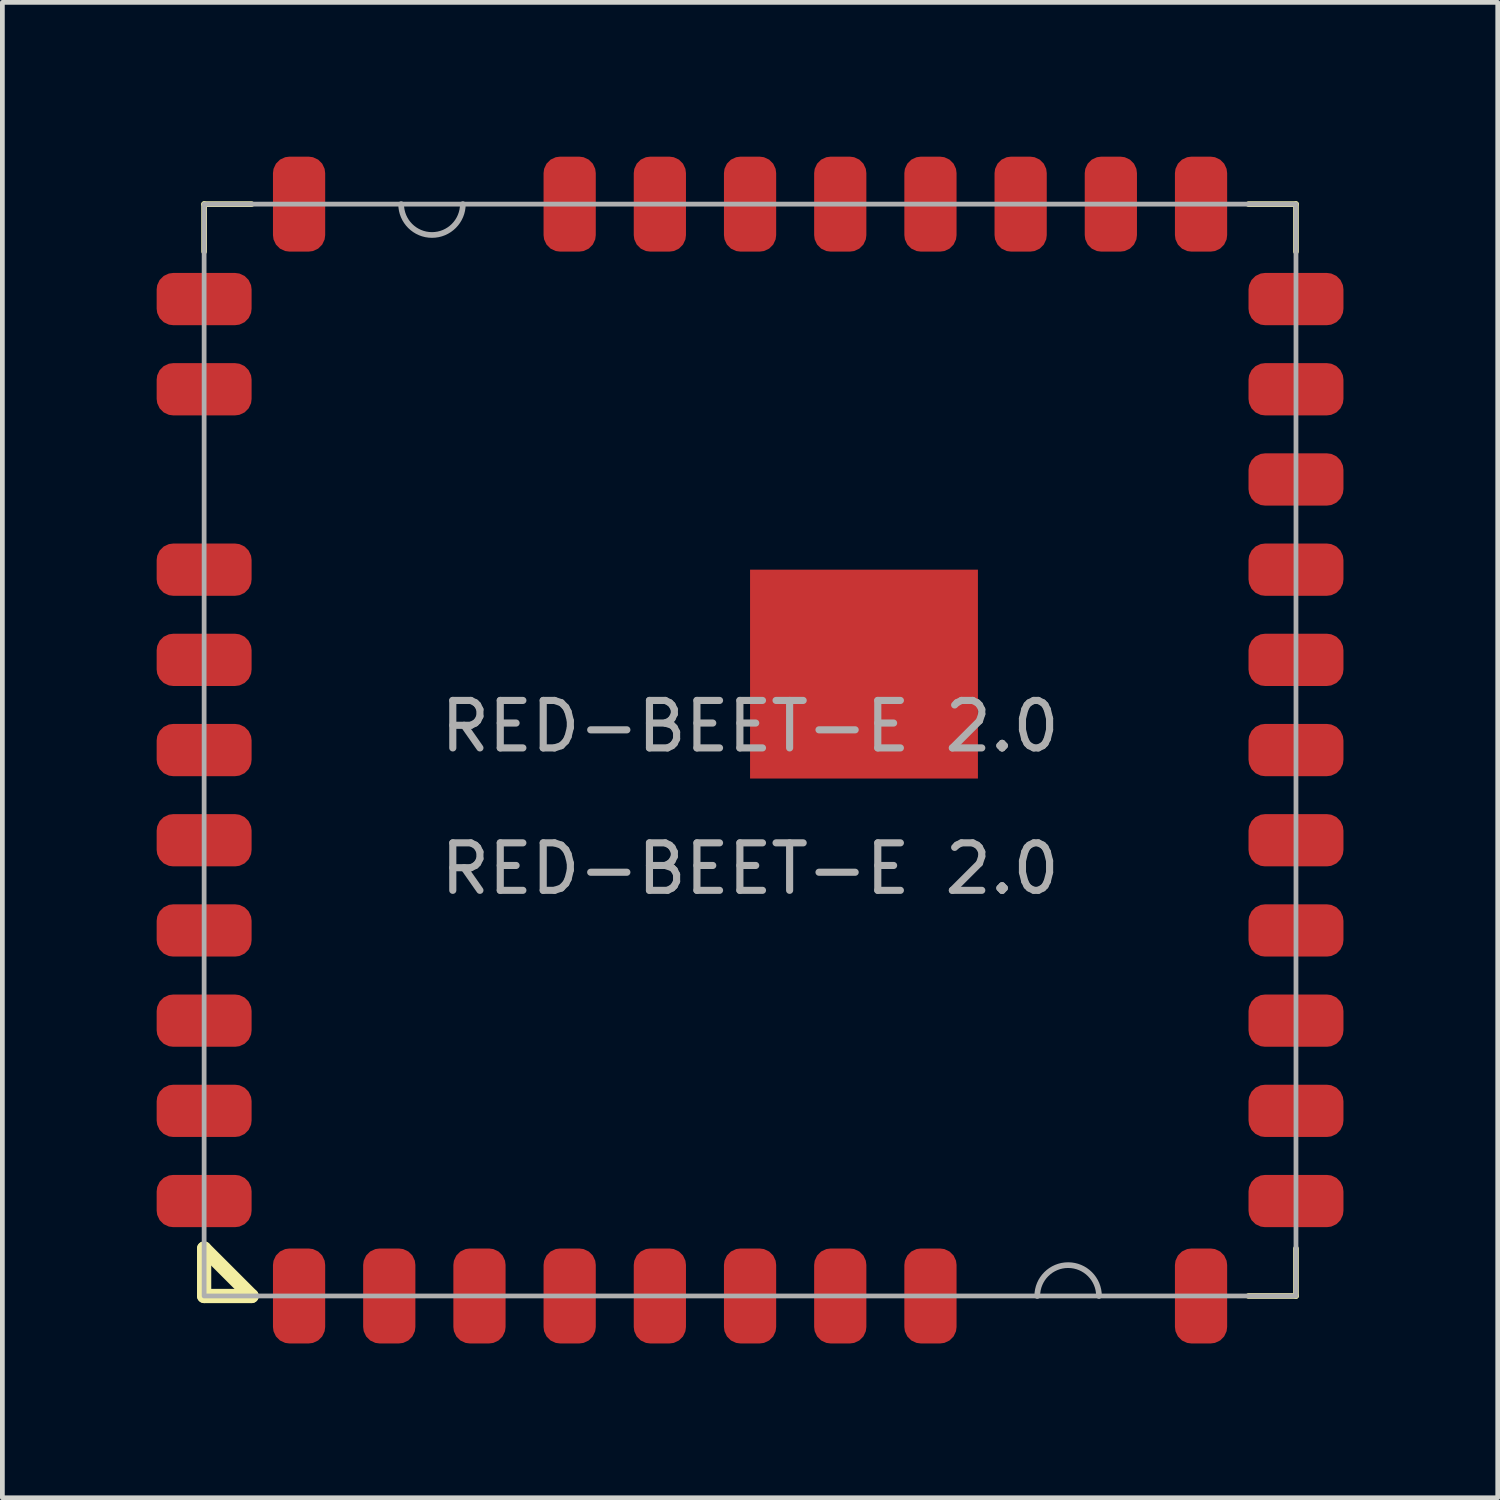
<source format=kicad_pcb>
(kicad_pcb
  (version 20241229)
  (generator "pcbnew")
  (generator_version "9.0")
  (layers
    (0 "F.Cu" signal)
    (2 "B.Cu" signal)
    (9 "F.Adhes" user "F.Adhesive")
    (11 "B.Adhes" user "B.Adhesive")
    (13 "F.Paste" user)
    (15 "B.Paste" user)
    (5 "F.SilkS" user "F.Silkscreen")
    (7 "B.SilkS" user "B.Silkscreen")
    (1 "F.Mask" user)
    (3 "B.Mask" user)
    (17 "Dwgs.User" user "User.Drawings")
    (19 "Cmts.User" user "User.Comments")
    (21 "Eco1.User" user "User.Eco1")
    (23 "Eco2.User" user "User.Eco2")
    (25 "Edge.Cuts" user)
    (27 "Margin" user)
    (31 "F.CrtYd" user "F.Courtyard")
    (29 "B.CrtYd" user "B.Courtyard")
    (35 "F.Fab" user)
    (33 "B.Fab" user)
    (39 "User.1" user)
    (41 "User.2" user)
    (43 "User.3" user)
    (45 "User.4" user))
  (footprint "RED-BEET-E 2.0"
    (layer "F.Cu")
    (at 12.75 12.75)
    (property "Reference" "RED-BEET-E 2.0" (at 0 -0.5 0) (unlocked yes) (layer "F.Fab") (effects (font (size 1 1) (thickness 0.15))))
    (attr smd)
    (fp_line (start -11.5 -11.5) (end -11.5 -10.5) (stroke (width 0.12) (type default)) (layer "F.SilkS"))
    (fp_line (start -11.5 -11.5) (end -10.5 -11.5) (stroke (width 0.12) (type default)) (layer "F.SilkS"))
    (fp_line (start -11.5 10.5) (end -10.5 11.5) (stroke (width 0.3) (type solid)) (layer "F.SilkS"))
    (fp_line (start -11.5 11.5) (end -11.5 10.5) (stroke (width 0.3) (type solid)) (layer "F.SilkS"))
    (fp_line (start -11.5 11.5) (end -10.5 11.5) (stroke (width 0.3) (type solid)) (layer "F.SilkS"))
    (fp_line (start 11.5 -11.5) (end 10.5 -11.5) (stroke (width 0.12) (type default)) (layer "F.SilkS"))
    (fp_line (start 11.5 -11.5) (end 11.5 -10.5) (stroke (width 0.12) (type default)) (layer "F.SilkS"))
    (fp_line (start 11.5 11.5) (end 10.5 11.5) (stroke (width 0.12) (type default)) (layer "F.SilkS"))
    (fp_line (start 11.5 11.5) (end 11.5 10.5) (stroke (width 0.12) (type default)) (layer "F.SilkS"))
    (fp_poly (pts (xy 0.25 -3.35) (xy 0.5 -3.65) (xy 2.25 -3.65) (xy 2.25 -1.75) (xy 0.25 -1.75)) (stroke (width 0.12) (type solid)) (fill yes) (layer "F.Paste"))
    (fp_poly (pts (xy 0.55 0.45) (xy 0.25 0.2) (xy 0.25 -1.45) (xy 2.25 -1.45) (xy 2.25 0.45)) (stroke (width 0.12) (type solid)) (fill yes) (layer "F.Paste"))
    (fp_poly (pts (xy 4.25 -3.65) (xy 4.55 -3.4) (xy 4.55 -1.75) (xy 2.55 -1.75) (xy 2.55 -3.65)) (stroke (width 0.12) (type solid)) (fill yes) (layer "F.Paste"))
    (fp_poly (pts (xy 4.55 0.15) (xy 4.3 0.45) (xy 2.55 0.45) (xy 2.55 -1.45) (xy 4.55 -1.45)) (stroke (width 0.12) (type solid)) (fill yes) (layer "F.Paste"))
    (fp_poly (pts (xy -12.7 -10.25) (xy -11.2 -10.25) (xy -11.05 -10.15) (xy -10.95 -10.15) (xy -10.55 -10.15) (xy -10.3 -9.9) (xy -10.3 -9.1) (xy -10.55 -8.85) (xy -10.95 -8.85) (xy -11.05 -8.85) (xy -11.2 -8.75) (xy -12.7 -8.75)) (stroke (width 0.1) (type solid)) (fill yes) (layer "F.Paste"))
    (fp_poly (pts (xy -12.7 -8.35) (xy -11.2 -8.35) (xy -11.05 -8.25) (xy -10.95 -8.25) (xy -10.55 -8.25) (xy -10.3 -8) (xy -10.3 -7.2) (xy -10.55 -6.95) (xy -10.95 -6.95) (xy -11.05 -6.95) (xy -11.2 -6.85) (xy -12.7 -6.85)) (stroke (width 0.1) (type solid)) (fill yes) (layer "F.Paste"))
    (fp_poly (pts (xy -12.7 -4.55) (xy -11.2 -4.55) (xy -11.05 -4.45) (xy -10.95 -4.45) (xy -10.55 -4.45) (xy -10.3 -4.2) (xy -10.3 -3.4) (xy -10.55 -3.15) (xy -10.95 -3.15) (xy -11.05 -3.15) (xy -11.2 -3.05) (xy -12.7 -3.05)) (stroke (width 0.1) (type solid)) (fill yes) (layer "F.Paste"))
    (fp_poly (pts (xy -12.7 -2.65) (xy -11.2 -2.65) (xy -11.05 -2.55) (xy -10.95 -2.55) (xy -10.55 -2.55) (xy -10.3 -2.3) (xy -10.3 -1.5) (xy -10.55 -1.25) (xy -10.95 -1.25) (xy -11.05 -1.25) (xy -11.2 -1.15) (xy -12.7 -1.15)) (stroke (width 0.1) (type solid)) (fill yes) (layer "F.Paste"))
    (fp_poly (pts (xy -12.7 -0.75) (xy -11.2 -0.75) (xy -11.05 -0.65) (xy -10.95 -0.65) (xy -10.55 -0.65) (xy -10.3 -0.4) (xy -10.3 0.4) (xy -10.55 0.65) (xy -10.95 0.65) (xy -11.05 0.65) (xy -11.2 0.75) (xy -12.7 0.75)) (stroke (width 0.1) (type solid)) (fill yes) (layer "F.Paste"))
    (fp_poly (pts (xy -12.7 1.15) (xy -11.2 1.15) (xy -11.05 1.25) (xy -10.95 1.25) (xy -10.55 1.25) (xy -10.3 1.5) (xy -10.3 2.3) (xy -10.55 2.55) (xy -10.95 2.55) (xy -11.05 2.55) (xy -11.2 2.65) (xy -12.7 2.65)) (stroke (width 0.1) (type solid)) (fill yes) (layer "F.Paste"))
    (fp_poly (pts (xy -12.7 3.05) (xy -11.2 3.05) (xy -11.05 3.15) (xy -10.95 3.15) (xy -10.55 3.15) (xy -10.3 3.4) (xy -10.3 4.2) (xy -10.55 4.45) (xy -10.95 4.45) (xy -11.05 4.45) (xy -11.2 4.55) (xy -12.7 4.55)) (stroke (width 0.1) (type solid)) (fill yes) (layer "F.Paste"))
    (fp_poly (pts (xy -12.7 4.95) (xy -11.2 4.95) (xy -11.05 5.05) (xy -10.95 5.05) (xy -10.55 5.05) (xy -10.3 5.3) (xy -10.3 6.1) (xy -10.55 6.35) (xy -10.95 6.35) (xy -11.05 6.35) (xy -11.2 6.45) (xy -12.7 6.45)) (stroke (width 0.1) (type solid)) (fill yes) (layer "F.Paste"))
    (fp_poly (pts (xy -12.7 6.85) (xy -11.2 6.85) (xy -11.05 6.95) (xy -10.95 6.95) (xy -10.55 6.95) (xy -10.3 7.2) (xy -10.3 8) (xy -10.55 8.25) (xy -10.95 8.25) (xy -11.05 8.25) (xy -11.2 8.35) (xy -12.7 8.35)) (stroke (width 0.1) (type solid)) (fill yes) (layer "F.Paste"))
    (fp_poly (pts (xy -12.7 8.75) (xy -11.2 8.75) (xy -11.05 8.85) (xy -10.95 8.85) (xy -10.55 8.85) (xy -10.3 9.1) (xy -10.3 9.9) (xy -10.55 10.15) (xy -10.95 10.15) (xy -11.05 10.15) (xy -11.2 10.25) (xy -12.7 10.25)) (stroke (width 0.1) (type solid)) (fill yes) (layer "F.Paste"))
    (fp_poly (pts (xy -10.25 12.7) (xy -10.25 11.2) (xy -10.15 11.05) (xy -10.15 10.95) (xy -10.15 10.55) (xy -9.9 10.3) (xy -9.1 10.3) (xy -8.85 10.55) (xy -8.85 10.95) (xy -8.85 11.05) (xy -8.75 11.2) (xy -8.75 12.7)) (stroke (width 0.1) (type solid)) (fill yes) (layer "F.Paste"))
    (fp_poly (pts (xy -8.75 -12.7) (xy -8.75 -11.2) (xy -8.85 -11.05) (xy -8.85 -10.95) (xy -8.85 -10.55) (xy -9.1 -10.3) (xy -9.9 -10.3) (xy -10.15 -10.55) (xy -10.15 -10.95) (xy -10.15 -11.05) (xy -10.25 -11.2) (xy -10.25 -12.7)) (stroke (width 0.1) (type solid)) (fill yes) (layer "F.Paste"))
    (fp_poly (pts (xy -8.35 12.7) (xy -8.35 11.2) (xy -8.25 11.05) (xy -8.25 10.95) (xy -8.25 10.55) (xy -8 10.3) (xy -7.2 10.3) (xy -6.95 10.55) (xy -6.95 10.95) (xy -6.95 11.05) (xy -6.85 11.2) (xy -6.85 12.7)) (stroke (width 0.1) (type solid)) (fill yes) (layer "F.Paste"))
    (fp_poly (pts (xy -6.45 12.7) (xy -6.45 11.2) (xy -6.35 11.05) (xy -6.35 10.95) (xy -6.35 10.55) (xy -6.1 10.3) (xy -5.3 10.3) (xy -5.05 10.55) (xy -5.05 10.95) (xy -5.05 11.05) (xy -4.95 11.2) (xy -4.95 12.7)) (stroke (width 0.1) (type solid)) (fill yes) (layer "F.Paste"))
    (fp_poly (pts (xy -4.55 12.7) (xy -4.55 11.2) (xy -4.45 11.05) (xy -4.45 10.95) (xy -4.45 10.55) (xy -4.2 10.3) (xy -3.4 10.3) (xy -3.15 10.55) (xy -3.15 10.95) (xy -3.15 11.05) (xy -3.05 11.2) (xy -3.05 12.7)) (stroke (width 0.1) (type solid)) (fill yes) (layer "F.Paste"))
    (fp_poly (pts (xy -3.05 -12.7) (xy -3.05 -11.2) (xy -3.15 -11.05) (xy -3.15 -10.95) (xy -3.15 -10.55) (xy -3.4 -10.3) (xy -4.2 -10.3) (xy -4.45 -10.55) (xy -4.45 -10.95) (xy -4.45 -11.05) (xy -4.55 -11.2) (xy -4.55 -12.7)) (stroke (width 0.1) (type solid)) (fill yes) (layer "F.Paste"))
    (fp_poly (pts (xy -2.65 12.7) (xy -2.65 11.2) (xy -2.55 11.05) (xy -2.55 10.95) (xy -2.55 10.55) (xy -2.3 10.3) (xy -1.5 10.3) (xy -1.25 10.55) (xy -1.25 10.95) (xy -1.25 11.05) (xy -1.15 11.2) (xy -1.15 12.7)) (stroke (width 0.1) (type solid)) (fill yes) (layer "F.Paste"))
    (fp_poly (pts (xy -1.15 -12.7) (xy -1.15 -11.2) (xy -1.25 -11.05) (xy -1.25 -10.95) (xy -1.25 -10.55) (xy -1.5 -10.3) (xy -2.3 -10.3) (xy -2.55 -10.55) (xy -2.55 -10.95) (xy -2.55 -11.05) (xy -2.65 -11.2) (xy -2.65 -12.7)) (stroke (width 0.1) (type solid)) (fill yes) (layer "F.Paste"))
    (fp_poly (pts (xy -0.75 12.7) (xy -0.75 11.2) (xy -0.65 11.05) (xy -0.65 10.95) (xy -0.65 10.55) (xy -0.4 10.3) (xy 0.4 10.3) (xy 0.65 10.55) (xy 0.65 10.95) (xy 0.65 11.05) (xy 0.75 11.2) (xy 0.75 12.7)) (stroke (width 0.1) (type solid)) (fill yes) (layer "F.Paste"))
    (fp_poly (pts (xy 0.75 -12.7) (xy 0.75 -11.2) (xy 0.65 -11.05) (xy 0.65 -10.95) (xy 0.65 -10.55) (xy 0.4 -10.3) (xy -0.4 -10.3) (xy -0.65 -10.55) (xy -0.65 -10.95) (xy -0.65 -11.05) (xy -0.75 -11.2) (xy -0.75 -12.7)) (stroke (width 0.1) (type solid)) (fill yes) (layer "F.Paste"))
    (fp_poly (pts (xy 1.15 12.7) (xy 1.15 11.2) (xy 1.25 11.05) (xy 1.25 10.95) (xy 1.25 10.55) (xy 1.5 10.3) (xy 2.3 10.3) (xy 2.55 10.55) (xy 2.55 10.95) (xy 2.55 11.05) (xy 2.65 11.2) (xy 2.65 12.7)) (stroke (width 0.1) (type solid)) (fill yes) (layer "F.Paste"))
    (fp_poly (pts (xy 2.65 -12.7) (xy 2.65 -11.2) (xy 2.55 -11.05) (xy 2.55 -10.95) (xy 2.55 -10.55) (xy 2.3 -10.3) (xy 1.5 -10.3) (xy 1.25 -10.55) (xy 1.25 -10.95) (xy 1.25 -11.05) (xy 1.15 -11.2) (xy 1.15 -12.7)) (stroke (width 0.1) (type solid)) (fill yes) (layer "F.Paste"))
    (fp_poly (pts (xy 3.05 12.7) (xy 3.05 11.2) (xy 3.15 11.05) (xy 3.15 10.95) (xy 3.15 10.55) (xy 3.4 10.3) (xy 4.2 10.3) (xy 4.45 10.55) (xy 4.45 10.95) (xy 4.45 11.05) (xy 4.55 11.2) (xy 4.55 12.7)) (stroke (width 0.1) (type solid)) (fill yes) (layer "F.Paste"))
    (fp_poly (pts (xy 4.55 -12.7) (xy 4.55 -11.2) (xy 4.45 -11.05) (xy 4.45 -10.95) (xy 4.45 -10.55) (xy 4.2 -10.3) (xy 3.4 -10.3) (xy 3.15 -10.55) (xy 3.15 -10.95) (xy 3.15 -11.05) (xy 3.05 -11.2) (xy 3.05 -12.7)) (stroke (width 0.1) (type solid)) (fill yes) (layer "F.Paste"))
    (fp_poly (pts (xy 6.45 -12.7) (xy 6.45 -11.2) (xy 6.35 -11.05) (xy 6.35 -10.95) (xy 6.35 -10.55) (xy 6.1 -10.3) (xy 5.3 -10.3) (xy 5.05 -10.55) (xy 5.05 -10.95) (xy 5.05 -11.05) (xy 4.95 -11.2) (xy 4.95 -12.7)) (stroke (width 0.1) (type solid)) (fill yes) (layer "F.Paste"))
    (fp_poly (pts (xy 8.35 -12.7) (xy 8.35 -11.2) (xy 8.25 -11.05) (xy 8.25 -10.95) (xy 8.25 -10.55) (xy 8 -10.3) (xy 7.2 -10.3) (xy 6.95 -10.55) (xy 6.95 -10.95) (xy 6.95 -11.05) (xy 6.85 -11.2) (xy 6.85 -12.7)) (stroke (width 0.1) (type solid)) (fill yes) (layer "F.Paste"))
    (fp_poly (pts (xy 8.75 12.7) (xy 8.75 11.2) (xy 8.85 11.05) (xy 8.85 10.95) (xy 8.85 10.55) (xy 9.1 10.3) (xy 9.9 10.3) (xy 10.15 10.55) (xy 10.15 10.95) (xy 10.15 11.05) (xy 10.25 11.2) (xy 10.25 12.7)) (stroke (width 0.1) (type solid)) (fill yes) (layer "F.Paste"))
    (fp_poly (pts (xy 10.25 -12.7) (xy 10.25 -11.2) (xy 10.15 -11.05) (xy 10.15 -10.95) (xy 10.15 -10.55) (xy 9.9 -10.3) (xy 9.1 -10.3) (xy 8.85 -10.55) (xy 8.85 -10.95) (xy 8.85 -11.05) (xy 8.75 -11.2) (xy 8.75 -12.7)) (stroke (width 0.1) (type solid)) (fill yes) (layer "F.Paste"))
    (fp_poly (pts (xy 12.7 -8.75) (xy 11.2 -8.75) (xy 11.05 -8.85) (xy 10.95 -8.85) (xy 10.55 -8.85) (xy 10.3 -9.1) (xy 10.3 -9.9) (xy 10.55 -10.15) (xy 10.95 -10.15) (xy 11.05 -10.15) (xy 11.2 -10.25) (xy 12.7 -10.25)) (stroke (width 0.1) (type solid)) (fill yes) (layer "F.Paste"))
    (fp_poly (pts (xy 12.7 -6.85) (xy 11.2 -6.85) (xy 11.05 -6.95) (xy 10.95 -6.95) (xy 10.55 -6.95) (xy 10.3 -7.2) (xy 10.3 -8) (xy 10.55 -8.25) (xy 10.95 -8.25) (xy 11.05 -8.25) (xy 11.2 -8.35) (xy 12.7 -8.35)) (stroke (width 0.1) (type solid)) (fill yes) (layer "F.Paste"))
    (fp_poly (pts (xy 12.7 -4.95) (xy 11.2 -4.95) (xy 11.05 -5.05) (xy 10.95 -5.05) (xy 10.55 -5.05) (xy 10.3 -5.3) (xy 10.3 -6.1) (xy 10.55 -6.35) (xy 10.95 -6.35) (xy 11.05 -6.35) (xy 11.2 -6.45) (xy 12.7 -6.45)) (stroke (width 0.1) (type solid)) (fill yes) (layer "F.Paste"))
    (fp_poly (pts (xy 12.7 -3.05) (xy 11.2 -3.05) (xy 11.05 -3.15) (xy 10.95 -3.15) (xy 10.55 -3.15) (xy 10.3 -3.4) (xy 10.3 -4.2) (xy 10.55 -4.45) (xy 10.95 -4.45) (xy 11.05 -4.45) (xy 11.2 -4.55) (xy 12.7 -4.55)) (stroke (width 0.1) (type solid)) (fill yes) (layer "F.Paste"))
    (fp_poly (pts (xy 12.7 -1.15) (xy 11.2 -1.15) (xy 11.05 -1.25) (xy 10.95 -1.25) (xy 10.55 -1.25) (xy 10.3 -1.5) (xy 10.3 -2.3) (xy 10.55 -2.55) (xy 10.95 -2.55) (xy 11.05 -2.55) (xy 11.2 -2.65) (xy 12.7 -2.65)) (stroke (width 0.1) (type solid)) (fill yes) (layer "F.Paste"))
    (fp_poly (pts (xy 12.7 0.75) (xy 11.2 0.75) (xy 11.05 0.65) (xy 10.95 0.65) (xy 10.55 0.65) (xy 10.3 0.4) (xy 10.3 -0.4) (xy 10.55 -0.65) (xy 10.95 -0.65) (xy 11.05 -0.65) (xy 11.2 -0.75) (xy 12.7 -0.75)) (stroke (width 0.1) (type solid)) (fill yes) (layer "F.Paste"))
    (fp_poly (pts (xy 12.7 2.65) (xy 11.2 2.65) (xy 11.05 2.55) (xy 10.95 2.55) (xy 10.55 2.55) (xy 10.3 2.3) (xy 10.3 1.5) (xy 10.55 1.25) (xy 10.95 1.25) (xy 11.05 1.25) (xy 11.2 1.15) (xy 12.7 1.15)) (stroke (width 0.1) (type solid)) (fill yes) (layer "F.Paste"))
    (fp_poly (pts (xy 12.7 4.55) (xy 11.2 4.55) (xy 11.05 4.45) (xy 10.95 4.45) (xy 10.55 4.45) (xy 10.3 4.2) (xy 10.3 3.4) (xy 10.55 3.15) (xy 10.95 3.15) (xy 11.05 3.15) (xy 11.2 3.05) (xy 12.7 3.05)) (stroke (width 0.1) (type solid)) (fill yes) (layer "F.Paste"))
    (fp_poly (pts (xy 12.7 6.45) (xy 11.2 6.45) (xy 11.05 6.35) (xy 10.95 6.35) (xy 10.55 6.35) (xy 10.3 6.1) (xy 10.3 5.3) (xy 10.55 5.05) (xy 10.95 5.05) (xy 11.05 5.05) (xy 11.2 4.95) (xy 12.7 4.95)) (stroke (width 0.1) (type solid)) (fill yes) (layer "F.Paste"))
    (fp_poly (pts (xy 12.7 8.35) (xy 11.2 8.35) (xy 11.05 8.25) (xy 10.95 8.25) (xy 10.55 8.25) (xy 10.3 8) (xy 10.3 7.2) (xy 10.55 6.95) (xy 10.95 6.95) (xy 11.05 6.95) (xy 11.2 6.85) (xy 12.7 6.85)) (stroke (width 0.1) (type solid)) (fill yes) (layer "F.Paste"))
    (fp_poly (pts (xy 12.7 10.25) (xy 11.2 10.25) (xy 11.05 10.15) (xy 10.95 10.15) (xy 10.55 10.15) (xy 10.3 9.9) (xy 10.3 9.1) (xy 10.55 8.85) (xy 10.95 8.85) (xy 11.05 8.85) (xy 11.2 8.75) (xy 12.7 8.75)) (stroke (width 0.1) (type solid)) (fill yes) (layer "F.Paste"))
    (fp_rect (start -11.5 -11.5) (end 11.5 11.5) (stroke (width 0.1) (type default)) (fill no) (layer "F.Fab"))
    (fp_arc (start -6.05 -11.5) (mid -6.7 -10.85) (end -7.35 -11.5) (stroke (width 0.12) (type solid)) (layer "F.Fab"))
    (fp_arc (start 6.05 11.5) (mid 6.7 10.85) (end 7.35 11.5) (stroke (width 0.12) (type solid)) (layer "F.Fab"))
    (fp_text user "${REFERENCE}" (at 0 2.5 0) (unlocked yes) (layer "F.Fab") (effects (font (size 1 1) (thickness 0.15))))
    (pad "1" smd roundrect (at -9.5 11.5) (size 1.1 2) (layers "F.Cu" "F.Mask") (roundrect_rratio 0.315))
    (pad "2" smd roundrect (at -7.6 11.5) (size 1.1 2) (layers "F.Cu" "F.Mask") (roundrect_rratio 0.315))
    (pad "3" smd roundrect (at -5.7 11.5) (size 1.1 2) (layers "F.Cu" "F.Mask") (roundrect_rratio 0.315))
    (pad "4" smd roundrect (at -3.8 11.5) (size 1.1 2) (layers "F.Cu" "F.Mask") (roundrect_rratio 0.315))
    (pad "5" smd roundrect (at -1.9 11.5) (size 1.1 2) (layers "F.Cu" "F.Mask") (roundrect_rratio 0.315))
    (pad "6" smd roundrect (at 0 11.5) (size 1.1 2) (layers "F.Cu" "F.Mask") (roundrect_rratio 0.315))
    (pad "7" smd roundrect (at 1.9 11.5) (size 1.1 2) (layers "F.Cu" "F.Mask") (roundrect_rratio 0.315))
    (pad "8" smd roundrect (at 3.8 11.5) (size 1.1 2) (layers "F.Cu" "F.Mask") (roundrect_rratio 0.315))
    (pad "9" smd roundrect (at 9.5 11.5) (size 1.1 2) (layers "F.Cu" "F.Mask") (roundrect_rratio 0.315))
    (pad "10" smd roundrect (at 11.5 9.5 90) (size 1.1 2) (layers "F.Cu" "F.Mask") (roundrect_rratio 0.315))
    (pad "11" smd roundrect (at 11.5 7.6 90) (size 1.1 2) (layers "F.Cu" "F.Mask") (roundrect_rratio 0.315))
    (pad "12" smd roundrect (at 11.5 5.7 90) (size 1.1 2) (layers "F.Cu" "F.Mask") (roundrect_rratio 0.315))
    (pad "13" smd roundrect (at 11.5 3.8 90) (size 1.1 2) (layers "F.Cu" "F.Mask") (roundrect_rratio 0.315))
    (pad "14" smd roundrect (at 11.5 1.9 90) (size 1.1 2) (layers "F.Cu" "F.Mask") (roundrect_rratio 0.315))
    (pad "15" smd roundrect (at 11.5 0 90) (size 1.1 2) (layers "F.Cu" "F.Mask") (roundrect_rratio 0.315))
    (pad "16" smd roundrect (at 11.5 -1.9 90) (size 1.1 2) (layers "F.Cu" "F.Mask") (roundrect_rratio 0.315))
    (pad "17" smd roundrect (at 11.5 -3.8 90) (size 1.1 2) (layers "F.Cu" "F.Mask") (roundrect_rratio 0.315))
    (pad "18" smd roundrect (at 11.5 -5.7 90) (size 1.1 2) (layers "F.Cu" "F.Mask") (roundrect_rratio 0.315))
    (pad "19" smd roundrect (at 11.5 -7.6 90) (size 1.1 2) (layers "F.Cu" "F.Mask") (roundrect_rratio 0.315))
    (pad "20" smd roundrect (at 11.5 -9.5 90) (size 1.1 2) (layers "F.Cu" "F.Mask") (roundrect_rratio 0.315))
    (pad "21" smd roundrect (at 9.5 -11.5 180) (size 1.1 2) (layers "F.Cu" "F.Mask") (roundrect_rratio 0.315))
    (pad "22" smd roundrect (at 7.6 -11.5 180) (size 1.1 2) (layers "F.Cu" "F.Mask") (roundrect_rratio 0.315))
    (pad "23" smd roundrect (at 5.7 -11.5 180) (size 1.1 2) (layers "F.Cu" "F.Mask") (roundrect_rratio 0.315))
    (pad "24" smd roundrect (at 3.8 -11.5 180) (size 1.1 2) (layers "F.Cu" "F.Mask") (roundrect_rratio 0.315))
    (pad "25" smd roundrect (at 1.9 -11.5 180) (size 1.1 2) (layers "F.Cu" "F.Mask") (roundrect_rratio 0.315))
    (pad "26" smd roundrect (at 0 -11.5 180) (size 1.1 2) (layers "F.Cu" "F.Mask") (roundrect_rratio 0.315))
    (pad "27" smd roundrect (at -1.9 -11.5 180) (size 1.1 2) (layers "F.Cu" "F.Mask") (roundrect_rratio 0.315))
    (pad "28" smd roundrect (at -3.8 -11.5 180) (size 1.1 2) (layers "F.Cu" "F.Mask") (roundrect_rratio 0.315))
    (pad "29" smd roundrect (at -9.5 -11.5 180) (size 1.1 2) (layers "F.Cu" "F.Mask") (roundrect_rratio 0.315))
    (pad "30" smd roundrect (at -11.5 -9.5 270) (size 1.1 2) (layers "F.Cu" "F.Mask") (roundrect_rratio 0.315))
    (pad "31" smd roundrect (at -11.5 -7.6 270) (size 1.1 2) (layers "F.Cu" "F.Mask") (roundrect_rratio 0.315))
    (pad "32" smd roundrect (at -11.5 -3.8 270) (size 1.1 2) (layers "F.Cu" "F.Mask") (roundrect_rratio 0.315))
    (pad "33" smd roundrect (at -11.5 -1.9 270) (size 1.1 2) (layers "F.Cu" "F.Mask") (roundrect_rratio 0.315))
    (pad "34" smd roundrect (at -11.5 0 270) (size 1.1 2) (layers "F.Cu" "F.Mask") (roundrect_rratio 0.315))
    (pad "35" smd roundrect (at -11.5 1.9 270) (size 1.1 2) (layers "F.Cu" "F.Mask") (roundrect_rratio 0.315))
    (pad "36" smd roundrect (at -11.5 3.8 270) (size 1.1 2) (layers "F.Cu" "F.Mask") (roundrect_rratio 0.315))
    (pad "37" smd roundrect (at -11.5 5.7 270) (size 1.1 2) (layers "F.Cu" "F.Mask") (roundrect_rratio 0.315))
    (pad "38" smd roundrect (at -11.5 7.6 270) (size 1.1 2) (layers "F.Cu" "F.Mask") (roundrect_rratio 0.315))
    (pad "39" smd roundrect (at -11.5 9.5 270) (size 1.1 2) (layers "F.Cu" "F.Mask") (roundrect_rratio 0.315))
    (pad "40" smd rect (at 2.4 -1.6 270) (size 4.4 4.8) (layers "F.Cu" "F.Mask"))
    (zone (net_name "") (layer "F.SilkS") (hatch edge 0.5) (connect_pads) (min_thickness 0.25) (filled_areas_thickness no) (keepout (tracks not_allowed) (vias not_allowed) (pads not_allowed) (copperpour not_allowed) (footprints allowed)) (placement (enabled no)) (fill) (polygon (pts (xy 5.1 2) (xy 5.1 3.3) (xy 7 3.3) (xy 7 2))))
    (zone (net_name "") (layer "F.SilkS") (hatch edge 0.5) (connect_pads) (min_thickness 0.25) (filled_areas_thickness no) (keepout (tracks not_allowed) (vias not_allowed) (pads not_allowed) (copperpour not_allowed) (footprints allowed)) (placement (enabled no)) (fill) (polygon (pts (xy 17.55 8.95) (xy 17.55 4.95) (xy 22.05 4.95) (xy 22.05 8.95))))
    (zone (net_name "") (layer "F.SilkS") (hatch edge 0.5) (connect_pads) (min_thickness 0.25) (filled_areas_thickness no) (keepout (tracks not_allowed) (vias not_allowed) (pads not_allowed) (copperpour not_allowed) (footprints allowed)) (placement (enabled no)) (fill) (polygon (pts (xy 18.45 22.2) (xy 18.45 23.5) (xy 20.35 23.5) (xy 20.35 22.2)))))
  (gr_rect
    (start -3 -3)
    (end 28.5 28.5)
    (stroke (width 0.1) (type default))
    (fill no)
    (layer "Edge.Cuts")))
</source>
